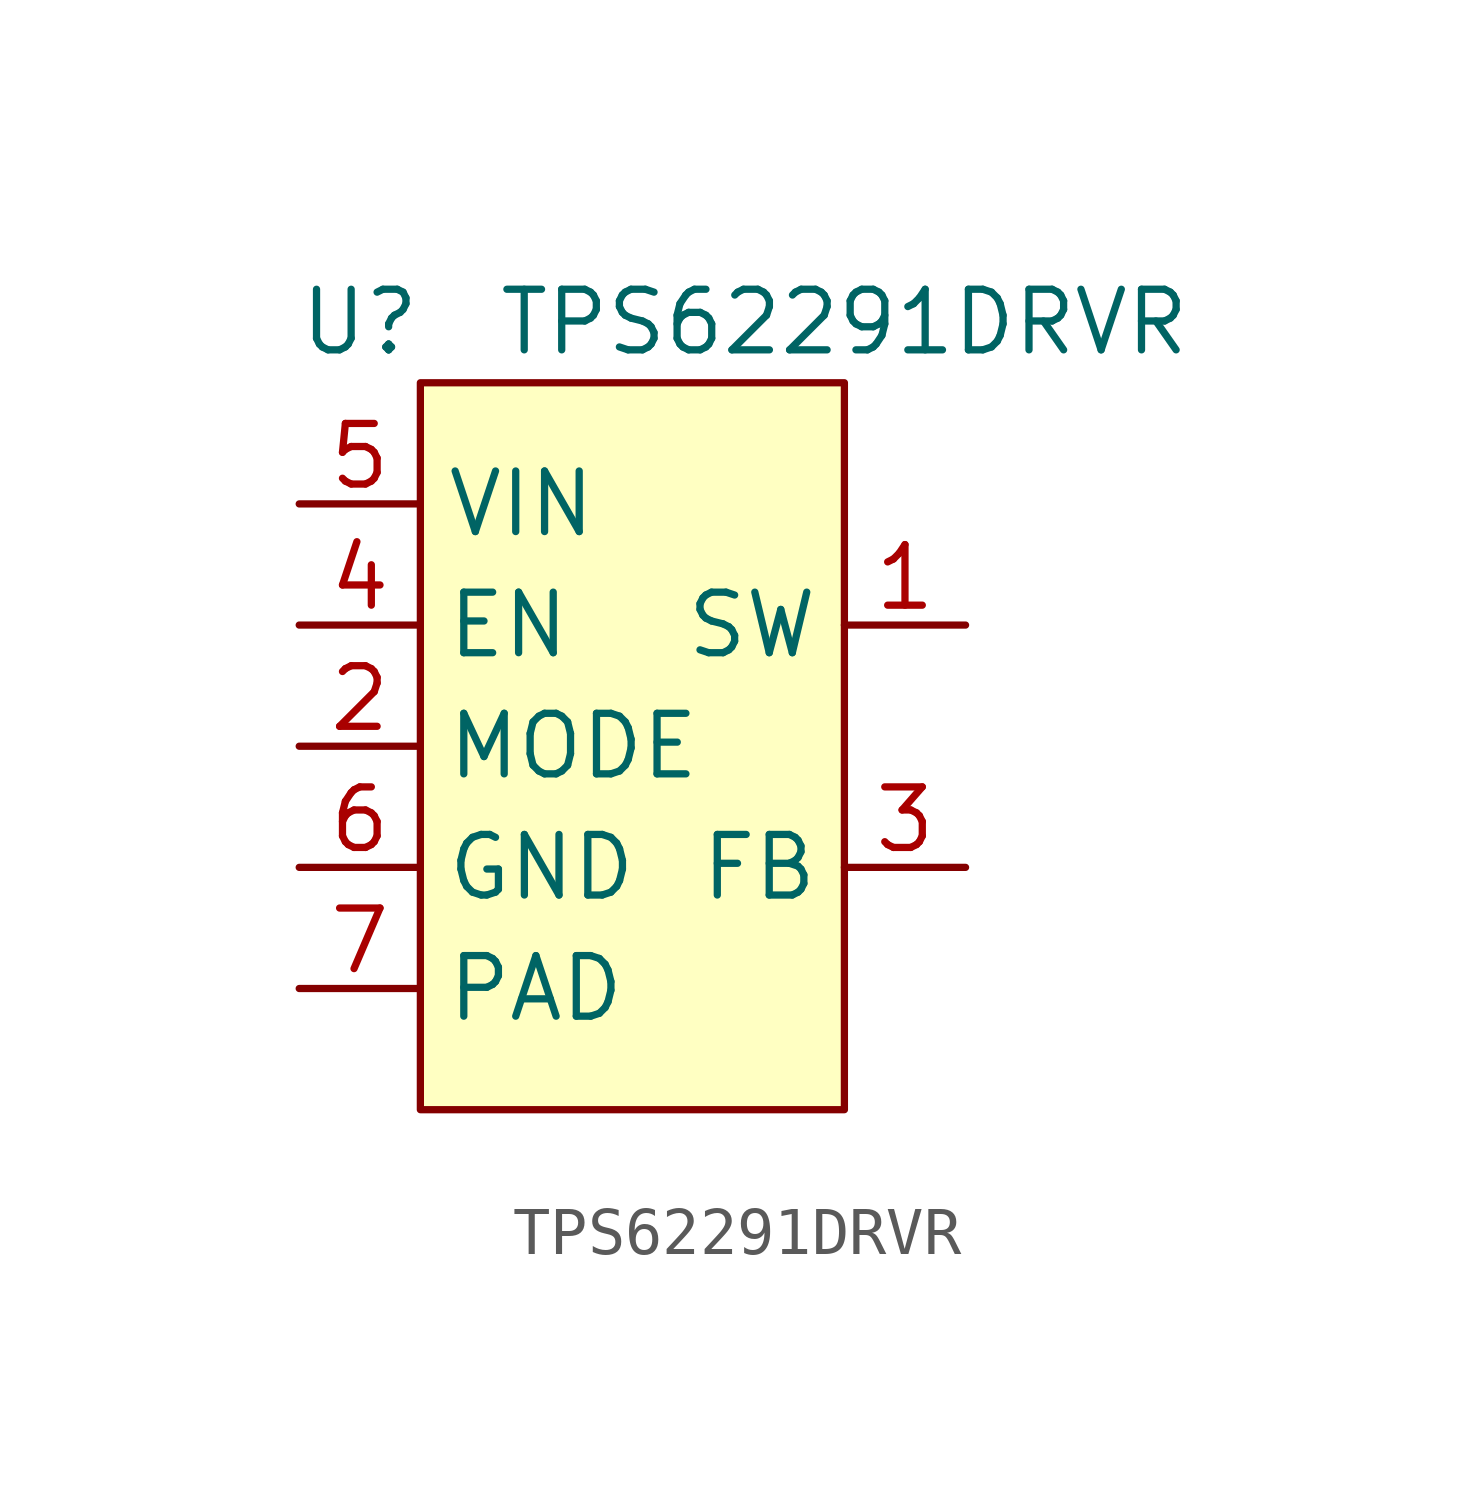
<source format=kicad_sym>
(kicad_symbol_lib
  (version 20220914)
  (generator kicad_symbol_editor)
  (symbol "TPS62291DRVR"
    (property "Reference" "U"
      (at -1.27 16.51 0)
      (effects (font (size 1.27 1.27))))
    (property "Value" "TPS62291DRVR"
      (at 8.89 16.51 0)
      (effects (font (size 1.27 1.27))))
    (symbol "TPS62291DRVR_1_1"
      (rectangle (start 0 15.24) (end 8.89 0) (stroke (width 0) (type default)) (fill (type background)))
      (pin power_in line (at 11.43 10.16 180) (length 2.54) (name "SW" (effects (font (size 1.27 1.27)))) (number "1" (effects (font (size 1.27 1.27)))))
      (pin input line (at -2.54 7.62 0) (length 2.54) (name "MODE" (effects (font (size 1.27 1.27)))) (number "2" (effects (font (size 1.27 1.27)))))
      (pin power_in line (at 11.43 5.08 180) (length 2.54) (name "FB" (effects (font (size 1.27 1.27)))) (number "3" (effects (font (size 1.27 1.27)))))
      (pin input line (at -2.54 10.16 0) (length 2.54) (name "EN" (effects (font (size 1.27 1.27)))) (number "4" (effects (font (size 1.27 1.27)))))
      (pin power_in line (at -2.54 12.7 0) (length 2.54) (name "VIN" (effects (font (size 1.27 1.27)))) (number "5" (effects (font (size 1.27 1.27)))))
      (pin power_in line (at -2.54 5.08 0) (length 2.54) (name "GND" (effects (font (size 1.27 1.27)))) (number "6" (effects (font (size 1.27 1.27)))))
      (pin power_in line (at -2.54 2.54 0) (length 2.54) (name "PAD" (effects (font (size 1.27 1.27)))) (number "7" (effects (font (size 1.27 1.27))))))))
</source>
